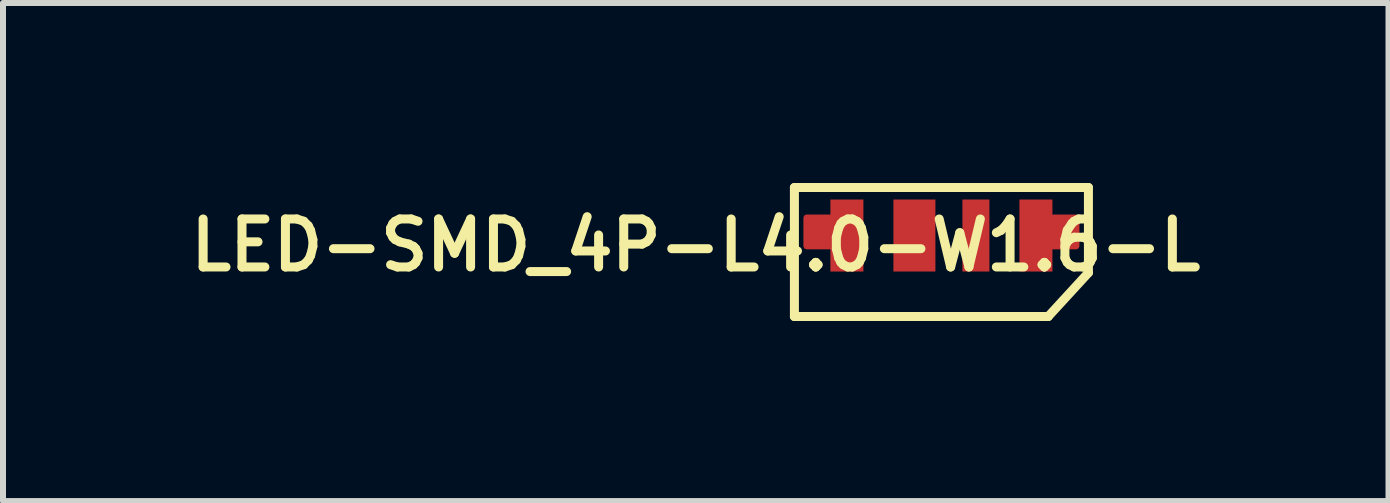
<source format=kicad_pcb>
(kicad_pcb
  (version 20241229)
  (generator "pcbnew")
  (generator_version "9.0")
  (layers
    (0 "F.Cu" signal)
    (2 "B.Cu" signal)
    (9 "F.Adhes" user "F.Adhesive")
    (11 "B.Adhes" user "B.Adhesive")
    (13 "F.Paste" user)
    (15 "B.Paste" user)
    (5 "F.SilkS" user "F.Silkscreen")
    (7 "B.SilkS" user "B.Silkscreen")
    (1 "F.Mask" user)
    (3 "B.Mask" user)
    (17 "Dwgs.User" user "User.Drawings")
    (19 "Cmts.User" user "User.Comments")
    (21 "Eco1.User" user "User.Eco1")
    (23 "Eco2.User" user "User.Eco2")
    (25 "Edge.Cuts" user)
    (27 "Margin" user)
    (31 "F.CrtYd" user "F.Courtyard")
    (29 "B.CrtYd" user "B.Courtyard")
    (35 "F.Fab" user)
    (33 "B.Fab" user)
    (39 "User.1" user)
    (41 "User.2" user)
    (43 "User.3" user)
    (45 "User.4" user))
  (footprint "LED-SMD_4P-L4.0-W1.6-L"
    (layer "F.Cu")
    (at 10.789 0.275)
    (property "Reference" "LED-SMD_4P-L4.0-W1.6-L" (at -2.244 0.762 180) (layer "F.SilkS") (effects (font (size 0.8 0.8) (thickness 0.15))))
    (attr smd)
    (fp_line (start -0.6 -0.2) (end -0.6 1.95) (stroke (width 0.15) (type solid)) (layer "F.SilkS"))
    (fp_line (start -0.6 -0.2) (end 4.3 -0.2) (stroke (width 0.15) (type default)) (layer "F.SilkS"))
    (fp_line (start 0.74 1.95) (end 0.79 1.95) (stroke (width 0.15) (type solid)) (layer "F.SilkS"))
    (fp_line (start 3.63 1.95) (end -0.6 1.95) (stroke (width 0.15) (type solid)) (layer "F.SilkS"))
    (fp_line (start 4.3 -0.2) (end 4.3 1.22) (stroke (width 0.15) (type solid)) (layer "F.SilkS"))
    (fp_line (start 4.3 1.22) (end 3.63 1.95) (stroke (width 0.15) (type default)) (layer "F.SilkS"))
    (pad "1" smd custom (at 0.275 0.6) (size 0.55 1.2) (layers "F.Cu" "F.Mask" "F.Paste") (options (anchor rect)) (primitives (gr_poly (pts (xy 0.225 -0.55) (xy 0.225 0.55) (xy -0.225 0.55) (xy -0.225 0.18) (xy -0.675 0.18) (xy -0.675 -0.3) (xy -0.225 -0.3) (xy -0.225 -0.55)) (width 0.1) (fill yes))))
    (pad "2" smd rect (at 1.4 0.6) (size 0.7 1.2) (layers "F.Cu" "F.Mask" "F.Paste"))
    (pad "3" smd rect (at 2.425 0.6) (size 0.45 1.2) (layers "F.Cu" "F.Mask" "F.Paste"))
    (pad "4" smd custom (at 3.425 0.6) (size 0.55 1.2) (layers "F.Cu" "F.Mask" "F.Paste") (options (anchor rect)) (primitives (gr_poly (pts (xy -0.225 -0.55) (xy -0.225 0.55) (xy 0.225 0.55) (xy 0.225 0.18) (xy 0.675 0.18) (xy 0.675 -0.3) (xy 0.225 -0.3) (xy 0.225 -0.55)) (width 0.1) (fill yes)))))
  (gr_rect
    (start -3 -3)
    (end 20.09 5.3)
    (stroke (width 0.1) (type default))
    (fill no)
    (layer "Edge.Cuts")))
</source>
